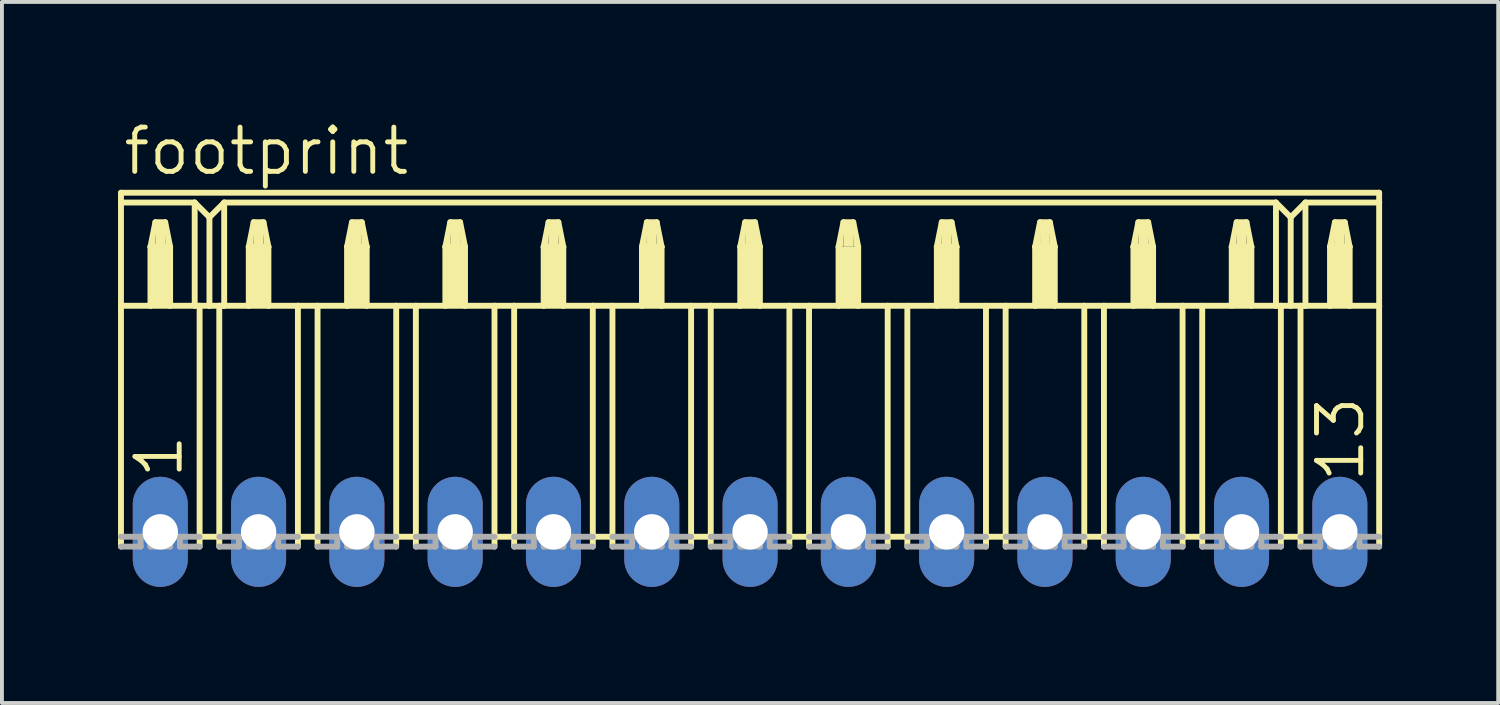
<source format=kicad_pcb>
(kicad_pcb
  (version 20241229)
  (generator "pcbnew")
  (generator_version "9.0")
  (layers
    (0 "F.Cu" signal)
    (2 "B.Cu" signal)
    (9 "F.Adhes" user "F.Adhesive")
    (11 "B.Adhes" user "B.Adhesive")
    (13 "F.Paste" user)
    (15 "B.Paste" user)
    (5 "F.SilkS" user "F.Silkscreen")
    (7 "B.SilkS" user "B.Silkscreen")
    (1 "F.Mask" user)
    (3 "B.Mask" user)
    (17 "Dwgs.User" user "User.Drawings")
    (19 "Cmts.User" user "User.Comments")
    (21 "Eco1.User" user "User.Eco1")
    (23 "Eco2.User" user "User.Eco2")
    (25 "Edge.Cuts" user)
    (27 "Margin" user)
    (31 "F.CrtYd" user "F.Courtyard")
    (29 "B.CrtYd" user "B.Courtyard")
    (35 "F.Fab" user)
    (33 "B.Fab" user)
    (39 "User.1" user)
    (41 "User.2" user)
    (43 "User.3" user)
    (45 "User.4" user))
  (footprint "footprint"
    (layer "F.Cu")
    (at 16.332 10.693)
    (property "Reference" "footprint" (at -16.256 -9.169 0) (layer "F.SilkS") (effects (font (size 1.143 1.143) (thickness 0.127)) (justify left bottom)))
    (fp_line (start -16.256 -8.763) (end -16.256 -8.509) (stroke (width 0.152) (type solid)) (layer "F.SilkS"))
    (fp_line (start -16.256 -8.763) (end 16.256 -8.763) (stroke (width 0.152) (type solid)) (layer "F.SilkS"))
    (fp_line (start -16.256 -8.509) (end -16.256 -5.842) (stroke (width 0.152) (type solid)) (layer "F.SilkS"))
    (fp_line (start -16.256 -8.509) (end -14.351 -8.509) (stroke (width 0.152) (type solid)) (layer "F.SilkS"))
    (fp_line (start -16.256 -5.842) (end -16.256 0.381) (stroke (width 0.152) (type solid)) (layer "F.SilkS"))
    (fp_line (start -16.256 -5.842) (end -15.494 -5.842) (stroke (width 0.152) (type solid)) (layer "F.SilkS"))
    (fp_line (start -15.494 -7.366) (end -15.494 -5.842) (stroke (width 0.152) (type solid)) (layer "F.SilkS"))
    (fp_line (start -15.494 -7.366) (end -15.367 -8.001) (stroke (width 0.152) (type solid)) (layer "F.SilkS"))
    (fp_line (start -15.494 -5.842) (end -14.986 -5.842) (stroke (width 0.152) (type solid)) (layer "F.SilkS"))
    (fp_line (start -15.367 -8.001) (end -15.113 -8.001) (stroke (width 0.152) (type solid)) (layer "F.SilkS"))
    (fp_line (start -15.113 -8.001) (end -14.986 -7.366) (stroke (width 0.152) (type solid)) (layer "F.SilkS"))
    (fp_line (start -14.986 -7.366) (end -15.494 -7.366) (stroke (width 0.152) (type solid)) (layer "F.SilkS"))
    (fp_line (start -14.986 -7.366) (end -14.986 -5.842) (stroke (width 0.152) (type solid)) (layer "F.SilkS"))
    (fp_line (start -14.986 -5.842) (end -14.351 -5.842) (stroke (width 0.152) (type solid)) (layer "F.SilkS"))
    (fp_line (start -14.351 -8.509) (end -14.351 -5.842) (stroke (width 0.152) (type solid)) (layer "F.SilkS"))
    (fp_line (start -14.351 -8.509) (end -13.97 -8.128) (stroke (width 0.152) (type solid)) (layer "F.SilkS"))
    (fp_line (start -14.351 -5.842) (end -14.224 -5.842) (stroke (width 0.152) (type solid)) (layer "F.SilkS"))
    (fp_line (start -14.224 -5.842) (end -14.224 0.127) (stroke (width 0.152) (type solid)) (layer "F.SilkS"))
    (fp_line (start -14.224 -5.842) (end -13.97 -5.842) (stroke (width 0.152) (type solid)) (layer "F.SilkS"))
    (fp_line (start -14.224 0.127) (end -14.224 0.381) (stroke (width 0.152) (type solid)) (layer "F.SilkS"))
    (fp_line (start -13.97 -8.128) (end -13.97 -5.842) (stroke (width 0.152) (type solid)) (layer "F.SilkS"))
    (fp_line (start -13.97 -8.128) (end -13.589 -8.509) (stroke (width 0.152) (type solid)) (layer "F.SilkS"))
    (fp_line (start -13.97 -5.842) (end -13.716 -5.842) (stroke (width 0.152) (type solid)) (layer "F.SilkS"))
    (fp_line (start -13.716 -5.842) (end -13.716 0.127) (stroke (width 0.152) (type solid)) (layer "F.SilkS"))
    (fp_line (start -13.716 -5.842) (end -13.589 -5.842) (stroke (width 0.152) (type solid)) (layer "F.SilkS"))
    (fp_line (start -13.716 0.127) (end -14.224 0.127) (stroke (width 0.152) (type solid)) (layer "F.SilkS"))
    (fp_line (start -13.716 0.127) (end -13.716 0.381) (stroke (width 0.152) (type solid)) (layer "F.SilkS"))
    (fp_line (start -13.589 -8.509) (end -13.589 -5.842) (stroke (width 0.152) (type solid)) (layer "F.SilkS"))
    (fp_line (start -13.589 -8.509) (end 13.589 -8.509) (stroke (width 0.152) (type solid)) (layer "F.SilkS"))
    (fp_line (start -13.589 -5.842) (end -12.954 -5.842) (stroke (width 0.152) (type solid)) (layer "F.SilkS"))
    (fp_line (start -12.954 -7.366) (end -12.954 -5.842) (stroke (width 0.152) (type solid)) (layer "F.SilkS"))
    (fp_line (start -12.954 -7.366) (end -12.827 -8.001) (stroke (width 0.152) (type solid)) (layer "F.SilkS"))
    (fp_line (start -12.954 -5.842) (end -12.446 -5.842) (stroke (width 0.152) (type solid)) (layer "F.SilkS"))
    (fp_line (start -12.827 -8.001) (end -12.573 -8.001) (stroke (width 0.152) (type solid)) (layer "F.SilkS"))
    (fp_line (start -12.573 -8.001) (end -12.446 -7.366) (stroke (width 0.152) (type solid)) (layer "F.SilkS"))
    (fp_line (start -12.446 -7.366) (end -12.954 -7.366) (stroke (width 0.152) (type solid)) (layer "F.SilkS"))
    (fp_line (start -12.446 -7.366) (end -12.446 -5.842) (stroke (width 0.152) (type solid)) (layer "F.SilkS"))
    (fp_line (start -12.446 -5.842) (end -11.684 -5.842) (stroke (width 0.152) (type solid)) (layer "F.SilkS"))
    (fp_line (start -11.684 -5.842) (end -11.684 0.127) (stroke (width 0.152) (type solid)) (layer "F.SilkS"))
    (fp_line (start -11.684 -5.842) (end -11.176 -5.842) (stroke (width 0.152) (type solid)) (layer "F.SilkS"))
    (fp_line (start -11.684 0.127) (end -11.684 0.381) (stroke (width 0.152) (type solid)) (layer "F.SilkS"))
    (fp_line (start -11.176 -5.842) (end -11.176 0.127) (stroke (width 0.152) (type solid)) (layer "F.SilkS"))
    (fp_line (start -11.176 -5.842) (end -10.414 -5.842) (stroke (width 0.152) (type solid)) (layer "F.SilkS"))
    (fp_line (start -11.176 0.127) (end -11.684 0.127) (stroke (width 0.152) (type solid)) (layer "F.SilkS"))
    (fp_line (start -11.176 0.127) (end -11.176 0.381) (stroke (width 0.152) (type solid)) (layer "F.SilkS"))
    (fp_line (start -10.414 -7.366) (end -10.414 -5.842) (stroke (width 0.152) (type solid)) (layer "F.SilkS"))
    (fp_line (start -10.414 -7.366) (end -10.287 -8.001) (stroke (width 0.152) (type solid)) (layer "F.SilkS"))
    (fp_line (start -10.414 -5.842) (end -9.906 -5.842) (stroke (width 0.152) (type solid)) (layer "F.SilkS"))
    (fp_line (start -10.287 -8.001) (end -10.033 -8.001) (stroke (width 0.152) (type solid)) (layer "F.SilkS"))
    (fp_line (start -10.033 -8.001) (end -9.906 -7.366) (stroke (width 0.152) (type solid)) (layer "F.SilkS"))
    (fp_line (start -9.906 -7.366) (end -10.414 -7.366) (stroke (width 0.152) (type solid)) (layer "F.SilkS"))
    (fp_line (start -9.906 -7.366) (end -9.906 -5.842) (stroke (width 0.152) (type solid)) (layer "F.SilkS"))
    (fp_line (start -9.906 -5.842) (end -9.144 -5.842) (stroke (width 0.152) (type solid)) (layer "F.SilkS"))
    (fp_line (start -9.144 -5.842) (end -9.144 0.127) (stroke (width 0.152) (type solid)) (layer "F.SilkS"))
    (fp_line (start -9.144 -5.842) (end -8.636 -5.842) (stroke (width 0.152) (type solid)) (layer "F.SilkS"))
    (fp_line (start -9.144 0.127) (end -9.144 0.381) (stroke (width 0.152) (type solid)) (layer "F.SilkS"))
    (fp_line (start -8.636 -5.842) (end -8.636 0.127) (stroke (width 0.152) (type solid)) (layer "F.SilkS"))
    (fp_line (start -8.636 -5.842) (end -7.874 -5.842) (stroke (width 0.152) (type solid)) (layer "F.SilkS"))
    (fp_line (start -8.636 0.127) (end -9.144 0.127) (stroke (width 0.152) (type solid)) (layer "F.SilkS"))
    (fp_line (start -8.636 0.127) (end -8.636 0.381) (stroke (width 0.152) (type solid)) (layer "F.SilkS"))
    (fp_line (start -7.874 -7.366) (end -7.874 -5.842) (stroke (width 0.152) (type solid)) (layer "F.SilkS"))
    (fp_line (start -7.874 -7.366) (end -7.747 -8.001) (stroke (width 0.152) (type solid)) (layer "F.SilkS"))
    (fp_line (start -7.874 -5.842) (end -7.366 -5.842) (stroke (width 0.152) (type solid)) (layer "F.SilkS"))
    (fp_line (start -7.747 -8.001) (end -7.493 -8.001) (stroke (width 0.152) (type solid)) (layer "F.SilkS"))
    (fp_line (start -7.493 -8.001) (end -7.366 -7.366) (stroke (width 0.152) (type solid)) (layer "F.SilkS"))
    (fp_line (start -7.366 -7.366) (end -7.874 -7.366) (stroke (width 0.152) (type solid)) (layer "F.SilkS"))
    (fp_line (start -7.366 -7.366) (end -7.366 -5.842) (stroke (width 0.152) (type solid)) (layer "F.SilkS"))
    (fp_line (start -7.366 -5.842) (end -6.604 -5.842) (stroke (width 0.152) (type solid)) (layer "F.SilkS"))
    (fp_line (start -6.604 -5.842) (end -6.604 0.127) (stroke (width 0.152) (type solid)) (layer "F.SilkS"))
    (fp_line (start -6.604 -5.842) (end -6.096 -5.842) (stroke (width 0.152) (type solid)) (layer "F.SilkS"))
    (fp_line (start -6.604 0.127) (end -6.604 0.381) (stroke (width 0.152) (type solid)) (layer "F.SilkS"))
    (fp_line (start -6.096 -5.842) (end -6.096 0.127) (stroke (width 0.152) (type solid)) (layer "F.SilkS"))
    (fp_line (start -6.096 -5.842) (end -5.334 -5.842) (stroke (width 0.152) (type solid)) (layer "F.SilkS"))
    (fp_line (start -6.096 0.127) (end -6.604 0.127) (stroke (width 0.152) (type solid)) (layer "F.SilkS"))
    (fp_line (start -6.096 0.127) (end -6.096 0.381) (stroke (width 0.152) (type solid)) (layer "F.SilkS"))
    (fp_line (start -5.334 -7.366) (end -5.334 -5.842) (stroke (width 0.152) (type solid)) (layer "F.SilkS"))
    (fp_line (start -5.334 -7.366) (end -5.207 -8.001) (stroke (width 0.152) (type solid)) (layer "F.SilkS"))
    (fp_line (start -5.334 -5.842) (end -4.826 -5.842) (stroke (width 0.152) (type solid)) (layer "F.SilkS"))
    (fp_line (start -5.207 -8.001) (end -4.953 -8.001) (stroke (width 0.152) (type solid)) (layer "F.SilkS"))
    (fp_line (start -4.953 -8.001) (end -4.826 -7.366) (stroke (width 0.152) (type solid)) (layer "F.SilkS"))
    (fp_line (start -4.826 -7.366) (end -5.334 -7.366) (stroke (width 0.152) (type solid)) (layer "F.SilkS"))
    (fp_line (start -4.826 -7.366) (end -4.826 -5.842) (stroke (width 0.152) (type solid)) (layer "F.SilkS"))
    (fp_line (start -4.826 -5.842) (end -4.064 -5.842) (stroke (width 0.152) (type solid)) (layer "F.SilkS"))
    (fp_line (start -4.064 -5.842) (end -4.064 0.127) (stroke (width 0.152) (type solid)) (layer "F.SilkS"))
    (fp_line (start -4.064 -5.842) (end -3.556 -5.842) (stroke (width 0.152) (type solid)) (layer "F.SilkS"))
    (fp_line (start -4.064 0.127) (end -4.064 0.381) (stroke (width 0.152) (type solid)) (layer "F.SilkS"))
    (fp_line (start -3.556 -5.842) (end -3.556 0.127) (stroke (width 0.152) (type solid)) (layer "F.SilkS"))
    (fp_line (start -3.556 -5.842) (end -2.794 -5.842) (stroke (width 0.152) (type solid)) (layer "F.SilkS"))
    (fp_line (start -3.556 0.127) (end -4.064 0.127) (stroke (width 0.152) (type solid)) (layer "F.SilkS"))
    (fp_line (start -3.556 0.127) (end -3.556 0.381) (stroke (width 0.152) (type solid)) (layer "F.SilkS"))
    (fp_line (start -2.794 -7.366) (end -2.794 -5.842) (stroke (width 0.152) (type solid)) (layer "F.SilkS"))
    (fp_line (start -2.794 -7.366) (end -2.667 -8.001) (stroke (width 0.152) (type solid)) (layer "F.SilkS"))
    (fp_line (start -2.794 -5.842) (end -2.286 -5.842) (stroke (width 0.152) (type solid)) (layer "F.SilkS"))
    (fp_line (start -2.667 -8.001) (end -2.413 -8.001) (stroke (width 0.152) (type solid)) (layer "F.SilkS"))
    (fp_line (start -2.413 -8.001) (end -2.286 -7.366) (stroke (width 0.152) (type solid)) (layer "F.SilkS"))
    (fp_line (start -2.286 -7.366) (end -2.794 -7.366) (stroke (width 0.152) (type solid)) (layer "F.SilkS"))
    (fp_line (start -2.286 -7.366) (end -2.286 -5.842) (stroke (width 0.152) (type solid)) (layer "F.SilkS"))
    (fp_line (start -2.286 -5.842) (end -1.524 -5.842) (stroke (width 0.152) (type solid)) (layer "F.SilkS"))
    (fp_line (start -1.524 -5.842) (end -1.524 0.127) (stroke (width 0.152) (type solid)) (layer "F.SilkS"))
    (fp_line (start -1.524 -5.842) (end -1.016 -5.842) (stroke (width 0.152) (type solid)) (layer "F.SilkS"))
    (fp_line (start -1.524 0.127) (end -1.524 0.381) (stroke (width 0.152) (type solid)) (layer "F.SilkS"))
    (fp_line (start -1.016 -5.842) (end -1.016 0.127) (stroke (width 0.152) (type solid)) (layer "F.SilkS"))
    (fp_line (start -1.016 -5.842) (end -0.254 -5.842) (stroke (width 0.152) (type solid)) (layer "F.SilkS"))
    (fp_line (start -1.016 0.127) (end -1.524 0.127) (stroke (width 0.152) (type solid)) (layer "F.SilkS"))
    (fp_line (start -1.016 0.127) (end -1.016 0.381) (stroke (width 0.152) (type solid)) (layer "F.SilkS"))
    (fp_line (start -0.254 -7.366) (end -0.254 -5.842) (stroke (width 0.152) (type solid)) (layer "F.SilkS"))
    (fp_line (start -0.254 -7.366) (end -0.127 -8.001) (stroke (width 0.152) (type solid)) (layer "F.SilkS"))
    (fp_line (start -0.254 -5.842) (end 0.254 -5.842) (stroke (width 0.152) (type solid)) (layer "F.SilkS"))
    (fp_line (start -0.127 -8.001) (end 0.127 -8.001) (stroke (width 0.152) (type solid)) (layer "F.SilkS"))
    (fp_line (start 0.127 -8.001) (end 0.254 -7.366) (stroke (width 0.152) (type solid)) (layer "F.SilkS"))
    (fp_line (start 0.254 -7.366) (end -0.254 -7.366) (stroke (width 0.152) (type solid)) (layer "F.SilkS"))
    (fp_line (start 0.254 -7.366) (end 0.254 -5.842) (stroke (width 0.152) (type solid)) (layer "F.SilkS"))
    (fp_line (start 0.254 -5.842) (end 1.016 -5.842) (stroke (width 0.152) (type solid)) (layer "F.SilkS"))
    (fp_line (start 1.016 -5.842) (end 1.016 0.127) (stroke (width 0.152) (type solid)) (layer "F.SilkS"))
    (fp_line (start 1.016 -5.842) (end 1.524 -5.842) (stroke (width 0.152) (type solid)) (layer "F.SilkS"))
    (fp_line (start 1.016 0.127) (end 1.016 0.381) (stroke (width 0.152) (type solid)) (layer "F.SilkS"))
    (fp_line (start 1.524 -5.842) (end 1.524 0.127) (stroke (width 0.152) (type solid)) (layer "F.SilkS"))
    (fp_line (start 1.524 -5.842) (end 2.286 -5.842) (stroke (width 0.152) (type solid)) (layer "F.SilkS"))
    (fp_line (start 1.524 0.127) (end 1.016 0.127) (stroke (width 0.152) (type solid)) (layer "F.SilkS"))
    (fp_line (start 1.524 0.127) (end 1.524 0.381) (stroke (width 0.152) (type solid)) (layer "F.SilkS"))
    (fp_line (start 2.286 -7.366) (end 2.286 -5.842) (stroke (width 0.152) (type solid)) (layer "F.SilkS"))
    (fp_line (start 2.286 -7.366) (end 2.413 -8.001) (stroke (width 0.152) (type solid)) (layer "F.SilkS"))
    (fp_line (start 2.286 -5.842) (end 2.794 -5.842) (stroke (width 0.152) (type solid)) (layer "F.SilkS"))
    (fp_line (start 2.413 -8.001) (end 2.667 -8.001) (stroke (width 0.152) (type solid)) (layer "F.SilkS"))
    (fp_line (start 2.667 -8.001) (end 2.794 -7.366) (stroke (width 0.152) (type solid)) (layer "F.SilkS"))
    (fp_line (start 2.794 -7.366) (end 2.794 -5.842) (stroke (width 0.152) (type solid)) (layer "F.SilkS"))
    (fp_line (start 2.794 -5.842) (end 3.556 -5.842) (stroke (width 0.152) (type solid)) (layer "F.SilkS"))
    (fp_line (start 3.556 -5.842) (end 3.556 0.127) (stroke (width 0.152) (type solid)) (layer "F.SilkS"))
    (fp_line (start 3.556 -5.842) (end 6.604 -5.842) (stroke (width 0.152) (type solid)) (layer "F.SilkS"))
    (fp_line (start 3.556 0.127) (end 3.556 0.381) (stroke (width 0.152) (type solid)) (layer "F.SilkS"))
    (fp_line (start 4.064 -5.842) (end 4.064 0.127) (stroke (width 0.152) (type solid)) (layer "F.SilkS"))
    (fp_line (start 4.064 0.127) (end 3.556 0.127) (stroke (width 0.152) (type solid)) (layer "F.SilkS"))
    (fp_line (start 4.064 0.127) (end 4.064 0.381) (stroke (width 0.152) (type solid)) (layer "F.SilkS"))
    (fp_line (start 4.826 -7.366) (end 4.826 -5.842) (stroke (width 0.152) (type solid)) (layer "F.SilkS"))
    (fp_line (start 4.826 -7.366) (end 4.953 -8.001) (stroke (width 0.152) (type solid)) (layer "F.SilkS"))
    (fp_line (start 4.953 -8.001) (end 5.207 -8.001) (stroke (width 0.152) (type solid)) (layer "F.SilkS"))
    (fp_line (start 5.207 -8.001) (end 5.334 -7.366) (stroke (width 0.152) (type solid)) (layer "F.SilkS"))
    (fp_line (start 5.334 -7.366) (end 4.826 -7.366) (stroke (width 0.152) (type solid)) (layer "F.SilkS"))
    (fp_line (start 5.334 -7.366) (end 5.334 -5.842) (stroke (width 0.152) (type solid)) (layer "F.SilkS"))
    (fp_line (start 6.096 -5.842) (end 6.096 0.127) (stroke (width 0.152) (type solid)) (layer "F.SilkS"))
    (fp_line (start 6.096 0.127) (end 6.096 0.381) (stroke (width 0.152) (type solid)) (layer "F.SilkS"))
    (fp_line (start 6.604 -5.842) (end 6.604 0.127) (stroke (width 0.152) (type solid)) (layer "F.SilkS"))
    (fp_line (start 6.604 -5.842) (end 7.366 -5.842) (stroke (width 0.152) (type solid)) (layer "F.SilkS"))
    (fp_line (start 6.604 0.127) (end 6.096 0.127) (stroke (width 0.152) (type solid)) (layer "F.SilkS"))
    (fp_line (start 6.604 0.127) (end 6.604 0.381) (stroke (width 0.152) (type solid)) (layer "F.SilkS"))
    (fp_line (start 7.366 -7.366) (end 7.366 -5.842) (stroke (width 0.152) (type solid)) (layer "F.SilkS"))
    (fp_line (start 7.366 -7.366) (end 7.493 -8.001) (stroke (width 0.152) (type solid)) (layer "F.SilkS"))
    (fp_line (start 7.366 -5.842) (end 7.874 -5.842) (stroke (width 0.152) (type solid)) (layer "F.SilkS"))
    (fp_line (start 7.493 -8.001) (end 7.747 -8.001) (stroke (width 0.152) (type solid)) (layer "F.SilkS"))
    (fp_line (start 7.747 -8.001) (end 7.874 -7.366) (stroke (width 0.152) (type solid)) (layer "F.SilkS"))
    (fp_line (start 7.874 -7.366) (end 7.366 -7.366) (stroke (width 0.152) (type solid)) (layer "F.SilkS"))
    (fp_line (start 7.874 -7.366) (end 7.874 -5.842) (stroke (width 0.152) (type solid)) (layer "F.SilkS"))
    (fp_line (start 7.874 -5.842) (end 8.636 -5.842) (stroke (width 0.152) (type solid)) (layer "F.SilkS"))
    (fp_line (start 8.636 -5.842) (end 8.636 0.127) (stroke (width 0.152) (type solid)) (layer "F.SilkS"))
    (fp_line (start 8.636 -5.842) (end 9.144 -5.842) (stroke (width 0.152) (type solid)) (layer "F.SilkS"))
    (fp_line (start 8.636 0.127) (end 8.636 0.381) (stroke (width 0.152) (type solid)) (layer "F.SilkS"))
    (fp_line (start 9.144 -5.842) (end 9.144 0.127) (stroke (width 0.152) (type solid)) (layer "F.SilkS"))
    (fp_line (start 9.144 -5.842) (end 9.906 -5.842) (stroke (width 0.152) (type solid)) (layer "F.SilkS"))
    (fp_line (start 9.144 0.127) (end 8.636 0.127) (stroke (width 0.152) (type solid)) (layer "F.SilkS"))
    (fp_line (start 9.144 0.127) (end 9.144 0.381) (stroke (width 0.152) (type solid)) (layer "F.SilkS"))
    (fp_line (start 9.906 -7.366) (end 9.906 -5.842) (stroke (width 0.152) (type solid)) (layer "F.SilkS"))
    (fp_line (start 9.906 -7.366) (end 10.033 -8.001) (stroke (width 0.152) (type solid)) (layer "F.SilkS"))
    (fp_line (start 9.906 -5.842) (end 10.414 -5.842) (stroke (width 0.152) (type solid)) (layer "F.SilkS"))
    (fp_line (start 10.033 -8.001) (end 10.287 -8.001) (stroke (width 0.152) (type solid)) (layer "F.SilkS"))
    (fp_line (start 10.287 -8.001) (end 10.414 -7.366) (stroke (width 0.152) (type solid)) (layer "F.SilkS"))
    (fp_line (start 10.414 -7.366) (end 9.906 -7.366) (stroke (width 0.152) (type solid)) (layer "F.SilkS"))
    (fp_line (start 10.414 -7.366) (end 10.414 -5.842) (stroke (width 0.152) (type solid)) (layer "F.SilkS"))
    (fp_line (start 10.414 -5.842) (end 11.176 -5.842) (stroke (width 0.152) (type solid)) (layer "F.SilkS"))
    (fp_line (start 11.176 -5.842) (end 11.176 0.127) (stroke (width 0.152) (type solid)) (layer "F.SilkS"))
    (fp_line (start 11.176 -5.842) (end 13.589 -5.842) (stroke (width 0.152) (type solid)) (layer "F.SilkS"))
    (fp_line (start 11.176 0.127) (end 11.176 0.381) (stroke (width 0.152) (type solid)) (layer "F.SilkS"))
    (fp_line (start 11.684 -5.842) (end 11.684 0.127) (stroke (width 0.152) (type solid)) (layer "F.SilkS"))
    (fp_line (start 11.684 0.127) (end 11.176 0.127) (stroke (width 0.152) (type solid)) (layer "F.SilkS"))
    (fp_line (start 11.684 0.127) (end 11.684 0.381) (stroke (width 0.152) (type solid)) (layer "F.SilkS"))
    (fp_line (start 12.446 -7.366) (end 12.446 -5.842) (stroke (width 0.152) (type solid)) (layer "F.SilkS"))
    (fp_line (start 12.446 -7.366) (end 12.573 -8.001) (stroke (width 0.152) (type solid)) (layer "F.SilkS"))
    (fp_line (start 12.573 -8.001) (end 12.827 -8.001) (stroke (width 0.152) (type solid)) (layer "F.SilkS"))
    (fp_line (start 12.827 -8.001) (end 12.954 -7.366) (stroke (width 0.152) (type solid)) (layer "F.SilkS"))
    (fp_line (start 12.954 -7.366) (end 12.446 -7.366) (stroke (width 0.152) (type solid)) (layer "F.SilkS"))
    (fp_line (start 12.954 -7.366) (end 12.954 -5.842) (stroke (width 0.152) (type solid)) (layer "F.SilkS"))
    (fp_line (start 13.589 -8.509) (end 13.589 -5.842) (stroke (width 0.152) (type solid)) (layer "F.SilkS"))
    (fp_line (start 13.589 -8.509) (end 13.97 -8.128) (stroke (width 0.152) (type solid)) (layer "F.SilkS"))
    (fp_line (start 13.589 -5.842) (end 13.716 -5.842) (stroke (width 0.152) (type solid)) (layer "F.SilkS"))
    (fp_line (start 13.716 -5.842) (end 13.716 0.127) (stroke (width 0.152) (type solid)) (layer "F.SilkS"))
    (fp_line (start 13.716 -5.842) (end 13.97 -5.842) (stroke (width 0.152) (type solid)) (layer "F.SilkS"))
    (fp_line (start 13.716 0.127) (end 13.716 0.381) (stroke (width 0.152) (type solid)) (layer "F.SilkS"))
    (fp_line (start 13.97 -8.128) (end 13.97 -5.842) (stroke (width 0.152) (type solid)) (layer "F.SilkS"))
    (fp_line (start 13.97 -8.128) (end 14.351 -8.509) (stroke (width 0.152) (type solid)) (layer "F.SilkS"))
    (fp_line (start 13.97 -5.842) (end 14.224 -5.842) (stroke (width 0.152) (type solid)) (layer "F.SilkS"))
    (fp_line (start 14.224 -5.842) (end 14.224 0.127) (stroke (width 0.152) (type solid)) (layer "F.SilkS"))
    (fp_line (start 14.224 -5.842) (end 14.351 -5.842) (stroke (width 0.152) (type solid)) (layer "F.SilkS"))
    (fp_line (start 14.224 0.127) (end 13.716 0.127) (stroke (width 0.152) (type solid)) (layer "F.SilkS"))
    (fp_line (start 14.224 0.127) (end 14.224 0.381) (stroke (width 0.152) (type solid)) (layer "F.SilkS"))
    (fp_line (start 14.351 -8.509) (end 14.351 -5.842) (stroke (width 0.152) (type solid)) (layer "F.SilkS"))
    (fp_line (start 14.351 -8.509) (end 16.256 -8.509) (stroke (width 0.152) (type solid)) (layer "F.SilkS"))
    (fp_line (start 14.351 -5.842) (end 14.986 -5.842) (stroke (width 0.152) (type solid)) (layer "F.SilkS"))
    (fp_line (start 14.986 -7.366) (end 14.986 -5.842) (stroke (width 0.152) (type solid)) (layer "F.SilkS"))
    (fp_line (start 14.986 -7.366) (end 15.113 -8.001) (stroke (width 0.152) (type solid)) (layer "F.SilkS"))
    (fp_line (start 14.986 -5.842) (end 15.494 -5.842) (stroke (width 0.152) (type solid)) (layer "F.SilkS"))
    (fp_line (start 15.113 -8.001) (end 15.367 -8.001) (stroke (width 0.152) (type solid)) (layer "F.SilkS"))
    (fp_line (start 15.367 -8.001) (end 15.494 -7.366) (stroke (width 0.152) (type solid)) (layer "F.SilkS"))
    (fp_line (start 15.494 -7.366) (end 14.986 -7.366) (stroke (width 0.152) (type solid)) (layer "F.SilkS"))
    (fp_line (start 15.494 -7.366) (end 15.494 -5.842) (stroke (width 0.152) (type solid)) (layer "F.SilkS"))
    (fp_line (start 15.494 -5.842) (end 16.256 -5.842) (stroke (width 0.152) (type solid)) (layer "F.SilkS"))
    (fp_line (start 16.256 -8.509) (end 16.256 -8.763) (stroke (width 0.152) (type solid)) (layer "F.SilkS"))
    (fp_line (start 16.256 -5.842) (end 16.256 -8.509) (stroke (width 0.152) (type solid)) (layer "F.SilkS"))
    (fp_line (start 16.256 -5.842) (end 16.256 0.381) (stroke (width 0.152) (type solid)) (layer "F.SilkS"))
    (fp_poly (pts (xy -15.494 -7.366) (xy -15.367 -7.366) (xy -15.367 -7.62) (xy -15.494 -7.62)) (stroke (width 0) (type solid)) (fill yes) (layer "F.SilkS"))
    (fp_poly (pts (xy -15.494 -5.842) (xy -14.986 -5.842) (xy -14.986 -7.366) (xy -15.494 -7.366)) (stroke (width 0) (type solid)) (fill yes) (layer "F.SilkS"))
    (fp_poly (pts (xy -15.367 -7.366) (xy -15.113 -7.366) (xy -15.113 -8.001) (xy -15.367 -8.001)) (stroke (width 0) (type solid)) (fill yes) (layer "F.SilkS"))
    (fp_poly (pts (xy -15.113 -7.366) (xy -14.986 -7.366) (xy -14.986 -7.62) (xy -15.113 -7.62)) (stroke (width 0) (type solid)) (fill yes) (layer "F.SilkS"))
    (fp_poly (pts (xy -12.954 -7.366) (xy -12.827 -7.366) (xy -12.827 -7.62) (xy -12.954 -7.62)) (stroke (width 0) (type solid)) (fill yes) (layer "F.SilkS"))
    (fp_poly (pts (xy -12.954 -5.842) (xy -12.446 -5.842) (xy -12.446 -7.366) (xy -12.954 -7.366)) (stroke (width 0) (type solid)) (fill yes) (layer "F.SilkS"))
    (fp_poly (pts (xy -12.827 -7.366) (xy -12.573 -7.366) (xy -12.573 -8.001) (xy -12.827 -8.001)) (stroke (width 0) (type solid)) (fill yes) (layer "F.SilkS"))
    (fp_poly (pts (xy -12.573 -7.366) (xy -12.446 -7.366) (xy -12.446 -7.62) (xy -12.573 -7.62)) (stroke (width 0) (type solid)) (fill yes) (layer "F.SilkS"))
    (fp_poly (pts (xy -10.414 -7.366) (xy -10.287 -7.366) (xy -10.287 -7.62) (xy -10.414 -7.62)) (stroke (width 0) (type solid)) (fill yes) (layer "F.SilkS"))
    (fp_poly (pts (xy -10.414 -5.842) (xy -9.906 -5.842) (xy -9.906 -7.366) (xy -10.414 -7.366)) (stroke (width 0) (type solid)) (fill yes) (layer "F.SilkS"))
    (fp_poly (pts (xy -10.287 -7.366) (xy -10.033 -7.366) (xy -10.033 -8.001) (xy -10.287 -8.001)) (stroke (width 0) (type solid)) (fill yes) (layer "F.SilkS"))
    (fp_poly (pts (xy -10.033 -7.366) (xy -9.906 -7.366) (xy -9.906 -7.62) (xy -10.033 -7.62)) (stroke (width 0) (type solid)) (fill yes) (layer "F.SilkS"))
    (fp_poly (pts (xy -7.874 -7.366) (xy -7.747 -7.366) (xy -7.747 -7.62) (xy -7.874 -7.62)) (stroke (width 0) (type solid)) (fill yes) (layer "F.SilkS"))
    (fp_poly (pts (xy -7.874 -5.842) (xy -7.366 -5.842) (xy -7.366 -7.366) (xy -7.874 -7.366)) (stroke (width 0) (type solid)) (fill yes) (layer "F.SilkS"))
    (fp_poly (pts (xy -7.747 -7.366) (xy -7.493 -7.366) (xy -7.493 -8.001) (xy -7.747 -8.001)) (stroke (width 0) (type solid)) (fill yes) (layer "F.SilkS"))
    (fp_poly (pts (xy -7.493 -7.366) (xy -7.366 -7.366) (xy -7.366 -7.62) (xy -7.493 -7.62)) (stroke (width 0) (type solid)) (fill yes) (layer "F.SilkS"))
    (fp_poly (pts (xy -5.334 -7.366) (xy -5.207 -7.366) (xy -5.207 -7.62) (xy -5.334 -7.62)) (stroke (width 0) (type solid)) (fill yes) (layer "F.SilkS"))
    (fp_poly (pts (xy -5.334 -5.842) (xy -4.826 -5.842) (xy -4.826 -7.366) (xy -5.334 -7.366)) (stroke (width 0) (type solid)) (fill yes) (layer "F.SilkS"))
    (fp_poly (pts (xy -5.207 -7.366) (xy -4.953 -7.366) (xy -4.953 -8.001) (xy -5.207 -8.001)) (stroke (width 0) (type solid)) (fill yes) (layer "F.SilkS"))
    (fp_poly (pts (xy -4.953 -7.366) (xy -4.826 -7.366) (xy -4.826 -7.62) (xy -4.953 -7.62)) (stroke (width 0) (type solid)) (fill yes) (layer "F.SilkS"))
    (fp_poly (pts (xy -2.794 -7.366) (xy -2.667 -7.366) (xy -2.667 -7.62) (xy -2.794 -7.62)) (stroke (width 0) (type solid)) (fill yes) (layer "F.SilkS"))
    (fp_poly (pts (xy -2.794 -5.842) (xy -2.286 -5.842) (xy -2.286 -7.366) (xy -2.794 -7.366)) (stroke (width 0) (type solid)) (fill yes) (layer "F.SilkS"))
    (fp_poly (pts (xy -2.667 -7.366) (xy -2.413 -7.366) (xy -2.413 -8.001) (xy -2.667 -8.001)) (stroke (width 0) (type solid)) (fill yes) (layer "F.SilkS"))
    (fp_poly (pts (xy -2.413 -7.366) (xy -2.286 -7.366) (xy -2.286 -7.62) (xy -2.413 -7.62)) (stroke (width 0) (type solid)) (fill yes) (layer "F.SilkS"))
    (fp_poly (pts (xy -0.254 -7.366) (xy -0.127 -7.366) (xy -0.127 -7.62) (xy -0.254 -7.62)) (stroke (width 0) (type solid)) (fill yes) (layer "F.SilkS"))
    (fp_poly (pts (xy -0.254 -5.842) (xy 0.254 -5.842) (xy 0.254 -7.366) (xy -0.254 -7.366)) (stroke (width 0) (type solid)) (fill yes) (layer "F.SilkS"))
    (fp_poly (pts (xy -0.127 -7.366) (xy 0.127 -7.366) (xy 0.127 -8.001) (xy -0.127 -8.001)) (stroke (width 0) (type solid)) (fill yes) (layer "F.SilkS"))
    (fp_poly (pts (xy 0.127 -7.366) (xy 0.254 -7.366) (xy 0.254 -7.62) (xy 0.127 -7.62)) (stroke (width 0) (type solid)) (fill yes) (layer "F.SilkS"))
    (fp_poly (pts (xy 2.286 -7.366) (xy 2.413 -7.366) (xy 2.413 -7.62) (xy 2.286 -7.62)) (stroke (width 0) (type solid)) (fill yes) (layer "F.SilkS"))
    (fp_poly (pts (xy 2.286 -5.842) (xy 2.794 -5.842) (xy 2.794 -7.366) (xy 2.286 -7.366)) (stroke (width 0) (type solid)) (fill yes) (layer "F.SilkS"))
    (fp_poly (pts (xy 2.413 -7.366) (xy 2.667 -7.366) (xy 2.667 -8.001) (xy 2.413 -8.001)) (stroke (width 0) (type solid)) (fill yes) (layer "F.SilkS"))
    (fp_poly (pts (xy 2.667 -7.366) (xy 2.794 -7.366) (xy 2.794 -7.62) (xy 2.667 -7.62)) (stroke (width 0) (type solid)) (fill yes) (layer "F.SilkS"))
    (fp_poly (pts (xy 4.826 -7.366) (xy 4.953 -7.366) (xy 4.953 -7.62) (xy 4.826 -7.62)) (stroke (width 0) (type solid)) (fill yes) (layer "F.SilkS"))
    (fp_poly (pts (xy 4.826 -5.842) (xy 5.334 -5.842) (xy 5.334 -7.366) (xy 4.826 -7.366)) (stroke (width 0) (type solid)) (fill yes) (layer "F.SilkS"))
    (fp_poly (pts (xy 4.953 -7.366) (xy 5.207 -7.366) (xy 5.207 -8.001) (xy 4.953 -8.001)) (stroke (width 0) (type solid)) (fill yes) (layer "F.SilkS"))
    (fp_poly (pts (xy 5.207 -7.366) (xy 5.334 -7.366) (xy 5.334 -7.62) (xy 5.207 -7.62)) (stroke (width 0) (type solid)) (fill yes) (layer "F.SilkS"))
    (fp_poly (pts (xy 7.366 -7.366) (xy 7.493 -7.366) (xy 7.493 -7.62) (xy 7.366 -7.62)) (stroke (width 0) (type solid)) (fill yes) (layer "F.SilkS"))
    (fp_poly (pts (xy 7.366 -5.842) (xy 7.874 -5.842) (xy 7.874 -7.366) (xy 7.366 -7.366)) (stroke (width 0) (type solid)) (fill yes) (layer "F.SilkS"))
    (fp_poly (pts (xy 7.493 -7.366) (xy 7.747 -7.366) (xy 7.747 -8.001) (xy 7.493 -8.001)) (stroke (width 0) (type solid)) (fill yes) (layer "F.SilkS"))
    (fp_poly (pts (xy 7.747 -7.366) (xy 7.874 -7.366) (xy 7.874 -7.62) (xy 7.747 -7.62)) (stroke (width 0) (type solid)) (fill yes) (layer "F.SilkS"))
    (fp_poly (pts (xy 9.906 -7.366) (xy 10.033 -7.366) (xy 10.033 -7.62) (xy 9.906 -7.62)) (stroke (width 0) (type solid)) (fill yes) (layer "F.SilkS"))
    (fp_poly (pts (xy 9.906 -5.842) (xy 10.414 -5.842) (xy 10.414 -7.366) (xy 9.906 -7.366)) (stroke (width 0) (type solid)) (fill yes) (layer "F.SilkS"))
    (fp_poly (pts (xy 10.033 -7.366) (xy 10.287 -7.366) (xy 10.287 -8.001) (xy 10.033 -8.001)) (stroke (width 0) (type solid)) (fill yes) (layer "F.SilkS"))
    (fp_poly (pts (xy 10.287 -7.366) (xy 10.414 -7.366) (xy 10.414 -7.62) (xy 10.287 -7.62)) (stroke (width 0) (type solid)) (fill yes) (layer "F.SilkS"))
    (fp_poly (pts (xy 12.446 -7.366) (xy 12.573 -7.366) (xy 12.573 -7.62) (xy 12.446 -7.62)) (stroke (width 0) (type solid)) (fill yes) (layer "F.SilkS"))
    (fp_poly (pts (xy 12.446 -5.842) (xy 12.954 -5.842) (xy 12.954 -7.366) (xy 12.446 -7.366)) (stroke (width 0) (type solid)) (fill yes) (layer "F.SilkS"))
    (fp_poly (pts (xy 12.573 -7.366) (xy 12.827 -7.366) (xy 12.827 -8.001) (xy 12.573 -8.001)) (stroke (width 0) (type solid)) (fill yes) (layer "F.SilkS"))
    (fp_poly (pts (xy 12.827 -7.366) (xy 12.954 -7.366) (xy 12.954 -7.62) (xy 12.827 -7.62)) (stroke (width 0) (type solid)) (fill yes) (layer "F.SilkS"))
    (fp_poly (pts (xy 14.986 -7.366) (xy 15.113 -7.366) (xy 15.113 -7.62) (xy 14.986 -7.62)) (stroke (width 0) (type solid)) (fill yes) (layer "F.SilkS"))
    (fp_poly (pts (xy 14.986 -5.842) (xy 15.494 -5.842) (xy 15.494 -7.366) (xy 14.986 -7.366)) (stroke (width 0) (type solid)) (fill yes) (layer "F.SilkS"))
    (fp_poly (pts (xy 15.113 -7.366) (xy 15.367 -7.366) (xy 15.367 -8.001) (xy 15.113 -8.001)) (stroke (width 0) (type solid)) (fill yes) (layer "F.SilkS"))
    (fp_poly (pts (xy 15.367 -7.366) (xy 15.494 -7.366) (xy 15.494 -7.62) (xy 15.367 -7.62)) (stroke (width 0) (type solid)) (fill yes) (layer "F.SilkS"))
    (fp_line (start -16.256 0.127) (end -15.748 0.127) (stroke (width 0.152) (type solid)) (layer "F.Fab"))
    (fp_line (start -15.748 0.381) (end -16.256 0.381) (stroke (width 0.152) (type solid)) (layer "F.Fab"))
    (fp_line (start -15.748 0.381) (end -15.748 0.127) (stroke (width 0.152) (type solid)) (layer "F.Fab"))
    (fp_line (start -15.494 0.127) (end -15.748 0.127) (stroke (width 0.152) (type solid)) (layer "F.Fab"))
    (fp_line (start -15.494 0.381) (end -15.494 0.127) (stroke (width 0.152) (type solid)) (layer "F.Fab"))
    (fp_line (start -14.986 0.381) (end -15.494 0.381) (stroke (width 0.152) (type solid)) (layer "F.Fab"))
    (fp_line (start -14.986 0.381) (end -14.986 0.127) (stroke (width 0.152) (type solid)) (layer "F.Fab"))
    (fp_line (start -14.732 0.127) (end -14.986 0.127) (stroke (width 0.152) (type solid)) (layer "F.Fab"))
    (fp_line (start -14.732 0.381) (end -14.732 0.127) (stroke (width 0.152) (type solid)) (layer "F.Fab"))
    (fp_line (start -14.224 0.127) (end -14.732 0.127) (stroke (width 0.152) (type solid)) (layer "F.Fab"))
    (fp_line (start -14.224 0.381) (end -14.732 0.381) (stroke (width 0.152) (type solid)) (layer "F.Fab"))
    (fp_line (start -13.716 0.127) (end -13.208 0.127) (stroke (width 0.152) (type solid)) (layer "F.Fab"))
    (fp_line (start -13.208 0.381) (end -13.716 0.381) (stroke (width 0.152) (type solid)) (layer "F.Fab"))
    (fp_line (start -13.208 0.381) (end -13.208 0.127) (stroke (width 0.152) (type solid)) (layer "F.Fab"))
    (fp_line (start -12.954 0.127) (end -13.208 0.127) (stroke (width 0.152) (type solid)) (layer "F.Fab"))
    (fp_line (start -12.954 0.381) (end -12.954 0.127) (stroke (width 0.152) (type solid)) (layer "F.Fab"))
    (fp_line (start -12.446 0.381) (end -12.954 0.381) (stroke (width 0.152) (type solid)) (layer "F.Fab"))
    (fp_line (start -12.446 0.381) (end -12.446 0.127) (stroke (width 0.152) (type solid)) (layer "F.Fab"))
    (fp_line (start -12.192 0.127) (end -12.446 0.127) (stroke (width 0.152) (type solid)) (layer "F.Fab"))
    (fp_line (start -12.192 0.381) (end -12.192 0.127) (stroke (width 0.152) (type solid)) (layer "F.Fab"))
    (fp_line (start -11.684 0.127) (end -12.192 0.127) (stroke (width 0.152) (type solid)) (layer "F.Fab"))
    (fp_line (start -11.684 0.381) (end -12.192 0.381) (stroke (width 0.152) (type solid)) (layer "F.Fab"))
    (fp_line (start -11.176 0.127) (end -10.668 0.127) (stroke (width 0.152) (type solid)) (layer "F.Fab"))
    (fp_line (start -10.668 0.381) (end -11.176 0.381) (stroke (width 0.152) (type solid)) (layer "F.Fab"))
    (fp_line (start -10.668 0.381) (end -10.668 0.127) (stroke (width 0.152) (type solid)) (layer "F.Fab"))
    (fp_line (start -10.414 0.127) (end -10.668 0.127) (stroke (width 0.152) (type solid)) (layer "F.Fab"))
    (fp_line (start -10.414 0.381) (end -10.414 0.127) (stroke (width 0.152) (type solid)) (layer "F.Fab"))
    (fp_line (start -9.906 0.381) (end -10.414 0.381) (stroke (width 0.152) (type solid)) (layer "F.Fab"))
    (fp_line (start -9.906 0.381) (end -9.906 0.127) (stroke (width 0.152) (type solid)) (layer "F.Fab"))
    (fp_line (start -9.652 0.127) (end -9.906 0.127) (stroke (width 0.152) (type solid)) (layer "F.Fab"))
    (fp_line (start -9.652 0.381) (end -9.652 0.127) (stroke (width 0.152) (type solid)) (layer "F.Fab"))
    (fp_line (start -9.144 0.127) (end -9.652 0.127) (stroke (width 0.152) (type solid)) (layer "F.Fab"))
    (fp_line (start -9.144 0.381) (end -9.652 0.381) (stroke (width 0.152) (type solid)) (layer "F.Fab"))
    (fp_line (start -8.636 0.127) (end -8.128 0.127) (stroke (width 0.152) (type solid)) (layer "F.Fab"))
    (fp_line (start -8.128 0.381) (end -8.636 0.381) (stroke (width 0.152) (type solid)) (layer "F.Fab"))
    (fp_line (start -8.128 0.381) (end -8.128 0.127) (stroke (width 0.152) (type solid)) (layer "F.Fab"))
    (fp_line (start -7.874 0.127) (end -8.128 0.127) (stroke (width 0.152) (type solid)) (layer "F.Fab"))
    (fp_line (start -7.874 0.381) (end -7.874 0.127) (stroke (width 0.152) (type solid)) (layer "F.Fab"))
    (fp_line (start -7.366 0.381) (end -7.874 0.381) (stroke (width 0.152) (type solid)) (layer "F.Fab"))
    (fp_line (start -7.366 0.381) (end -7.366 0.127) (stroke (width 0.152) (type solid)) (layer "F.Fab"))
    (fp_line (start -7.112 0.127) (end -7.366 0.127) (stroke (width 0.152) (type solid)) (layer "F.Fab"))
    (fp_line (start -7.112 0.381) (end -7.112 0.127) (stroke (width 0.152) (type solid)) (layer "F.Fab"))
    (fp_line (start -6.604 0.127) (end -7.112 0.127) (stroke (width 0.152) (type solid)) (layer "F.Fab"))
    (fp_line (start -6.604 0.381) (end -7.112 0.381) (stroke (width 0.152) (type solid)) (layer "F.Fab"))
    (fp_line (start -6.096 0.127) (end -5.588 0.127) (stroke (width 0.152) (type solid)) (layer "F.Fab"))
    (fp_line (start -5.588 0.381) (end -6.096 0.381) (stroke (width 0.152) (type solid)) (layer "F.Fab"))
    (fp_line (start -5.588 0.381) (end -5.588 0.127) (stroke (width 0.152) (type solid)) (layer "F.Fab"))
    (fp_line (start -5.334 0.127) (end -5.588 0.127) (stroke (width 0.152) (type solid)) (layer "F.Fab"))
    (fp_line (start -5.334 0.381) (end -5.334 0.127) (stroke (width 0.152) (type solid)) (layer "F.Fab"))
    (fp_line (start -4.826 0.381) (end -5.334 0.381) (stroke (width 0.152) (type solid)) (layer "F.Fab"))
    (fp_line (start -4.826 0.381) (end -4.826 0.127) (stroke (width 0.152) (type solid)) (layer "F.Fab"))
    (fp_line (start -4.572 0.127) (end -4.826 0.127) (stroke (width 0.152) (type solid)) (layer "F.Fab"))
    (fp_line (start -4.572 0.381) (end -4.572 0.127) (stroke (width 0.152) (type solid)) (layer "F.Fab"))
    (fp_line (start -4.064 0.127) (end -4.572 0.127) (stroke (width 0.152) (type solid)) (layer "F.Fab"))
    (fp_line (start -4.064 0.381) (end -4.572 0.381) (stroke (width 0.152) (type solid)) (layer "F.Fab"))
    (fp_line (start -3.556 0.127) (end -3.048 0.127) (stroke (width 0.152) (type solid)) (layer "F.Fab"))
    (fp_line (start -3.048 0.381) (end -3.556 0.381) (stroke (width 0.152) (type solid)) (layer "F.Fab"))
    (fp_line (start -3.048 0.381) (end -3.048 0.127) (stroke (width 0.152) (type solid)) (layer "F.Fab"))
    (fp_line (start -2.794 0.127) (end -3.048 0.127) (stroke (width 0.152) (type solid)) (layer "F.Fab"))
    (fp_line (start -2.794 0.381) (end -2.794 0.127) (stroke (width 0.152) (type solid)) (layer "F.Fab"))
    (fp_line (start -2.286 0.381) (end -2.794 0.381) (stroke (width 0.152) (type solid)) (layer "F.Fab"))
    (fp_line (start -2.286 0.381) (end -2.286 0.127) (stroke (width 0.152) (type solid)) (layer "F.Fab"))
    (fp_line (start -2.032 0.127) (end -2.286 0.127) (stroke (width 0.152) (type solid)) (layer "F.Fab"))
    (fp_line (start -2.032 0.381) (end -2.032 0.127) (stroke (width 0.152) (type solid)) (layer "F.Fab"))
    (fp_line (start -1.524 0.127) (end -2.032 0.127) (stroke (width 0.152) (type solid)) (layer "F.Fab"))
    (fp_line (start -1.524 0.381) (end -2.032 0.381) (stroke (width 0.152) (type solid)) (layer "F.Fab"))
    (fp_line (start -1.016 0.127) (end -0.508 0.127) (stroke (width 0.152) (type solid)) (layer "F.Fab"))
    (fp_line (start -0.508 0.381) (end -1.016 0.381) (stroke (width 0.152) (type solid)) (layer "F.Fab"))
    (fp_line (start -0.508 0.381) (end -0.508 0.127) (stroke (width 0.152) (type solid)) (layer "F.Fab"))
    (fp_line (start -0.254 0.127) (end -0.508 0.127) (stroke (width 0.152) (type solid)) (layer "F.Fab"))
    (fp_line (start -0.254 0.381) (end -0.254 0.127) (stroke (width 0.152) (type solid)) (layer "F.Fab"))
    (fp_line (start 0.254 0.381) (end -0.254 0.381) (stroke (width 0.152) (type solid)) (layer "F.Fab"))
    (fp_line (start 0.254 0.381) (end 0.254 0.127) (stroke (width 0.152) (type solid)) (layer "F.Fab"))
    (fp_line (start 0.508 0.127) (end 0.254 0.127) (stroke (width 0.152) (type solid)) (layer "F.Fab"))
    (fp_line (start 0.508 0.381) (end 0.508 0.127) (stroke (width 0.152) (type solid)) (layer "F.Fab"))
    (fp_line (start 1.016 0.127) (end 0.508 0.127) (stroke (width 0.152) (type solid)) (layer "F.Fab"))
    (fp_line (start 1.016 0.381) (end 0.508 0.381) (stroke (width 0.152) (type solid)) (layer "F.Fab"))
    (fp_line (start 1.524 0.127) (end 2.032 0.127) (stroke (width 0.152) (type solid)) (layer "F.Fab"))
    (fp_line (start 2.032 0.381) (end 1.524 0.381) (stroke (width 0.152) (type solid)) (layer "F.Fab"))
    (fp_line (start 2.032 0.381) (end 2.032 0.127) (stroke (width 0.152) (type solid)) (layer "F.Fab"))
    (fp_line (start 2.286 0.127) (end 2.032 0.127) (stroke (width 0.152) (type solid)) (layer "F.Fab"))
    (fp_line (start 2.286 0.381) (end 2.286 0.127) (stroke (width 0.152) (type solid)) (layer "F.Fab"))
    (fp_line (start 2.794 0.381) (end 2.286 0.381) (stroke (width 0.152) (type solid)) (layer "F.Fab"))
    (fp_line (start 2.794 0.381) (end 2.794 0.127) (stroke (width 0.152) (type solid)) (layer "F.Fab"))
    (fp_line (start 3.048 0.127) (end 2.794 0.127) (stroke (width 0.152) (type solid)) (layer "F.Fab"))
    (fp_line (start 3.048 0.381) (end 3.048 0.127) (stroke (width 0.152) (type solid)) (layer "F.Fab"))
    (fp_line (start 3.556 0.127) (end 3.048 0.127) (stroke (width 0.152) (type solid)) (layer "F.Fab"))
    (fp_line (start 3.556 0.381) (end 3.048 0.381) (stroke (width 0.152) (type solid)) (layer "F.Fab"))
    (fp_line (start 4.064 0.127) (end 4.572 0.127) (stroke (width 0.152) (type solid)) (layer "F.Fab"))
    (fp_line (start 4.572 0.381) (end 4.064 0.381) (stroke (width 0.152) (type solid)) (layer "F.Fab"))
    (fp_line (start 4.572 0.381) (end 4.572 0.127) (stroke (width 0.152) (type solid)) (layer "F.Fab"))
    (fp_line (start 4.826 0.127) (end 4.572 0.127) (stroke (width 0.152) (type solid)) (layer "F.Fab"))
    (fp_line (start 4.826 0.381) (end 4.826 0.127) (stroke (width 0.152) (type solid)) (layer "F.Fab"))
    (fp_line (start 5.334 0.381) (end 4.826 0.381) (stroke (width 0.152) (type solid)) (layer "F.Fab"))
    (fp_line (start 5.334 0.381) (end 5.334 0.127) (stroke (width 0.152) (type solid)) (layer "F.Fab"))
    (fp_line (start 5.588 0.127) (end 5.334 0.127) (stroke (width 0.152) (type solid)) (layer "F.Fab"))
    (fp_line (start 5.588 0.381) (end 5.588 0.127) (stroke (width 0.152) (type solid)) (layer "F.Fab"))
    (fp_line (start 6.096 0.127) (end 5.588 0.127) (stroke (width 0.152) (type solid)) (layer "F.Fab"))
    (fp_line (start 6.096 0.381) (end 5.588 0.381) (stroke (width 0.152) (type solid)) (layer "F.Fab"))
    (fp_line (start 6.604 0.127) (end 7.112 0.127) (stroke (width 0.152) (type solid)) (layer "F.Fab"))
    (fp_line (start 7.112 0.381) (end 6.604 0.381) (stroke (width 0.152) (type solid)) (layer "F.Fab"))
    (fp_line (start 7.112 0.381) (end 7.112 0.127) (stroke (width 0.152) (type solid)) (layer "F.Fab"))
    (fp_line (start 7.366 0.127) (end 7.112 0.127) (stroke (width 0.152) (type solid)) (layer "F.Fab"))
    (fp_line (start 7.366 0.381) (end 7.366 0.127) (stroke (width 0.152) (type solid)) (layer "F.Fab"))
    (fp_line (start 7.874 0.381) (end 7.366 0.381) (stroke (width 0.152) (type solid)) (layer "F.Fab"))
    (fp_line (start 7.874 0.381) (end 7.874 0.127) (stroke (width 0.152) (type solid)) (layer "F.Fab"))
    (fp_line (start 8.128 0.127) (end 7.874 0.127) (stroke (width 0.152) (type solid)) (layer "F.Fab"))
    (fp_line (start 8.128 0.381) (end 8.128 0.127) (stroke (width 0.152) (type solid)) (layer "F.Fab"))
    (fp_line (start 8.636 0.127) (end 8.128 0.127) (stroke (width 0.152) (type solid)) (layer "F.Fab"))
    (fp_line (start 8.636 0.381) (end 8.128 0.381) (stroke (width 0.152) (type solid)) (layer "F.Fab"))
    (fp_line (start 9.144 0.127) (end 9.652 0.127) (stroke (width 0.152) (type solid)) (layer "F.Fab"))
    (fp_line (start 9.652 0.381) (end 9.144 0.381) (stroke (width 0.152) (type solid)) (layer "F.Fab"))
    (fp_line (start 9.652 0.381) (end 9.652 0.127) (stroke (width 0.152) (type solid)) (layer "F.Fab"))
    (fp_line (start 9.906 0.127) (end 9.652 0.127) (stroke (width 0.152) (type solid)) (layer "F.Fab"))
    (fp_line (start 9.906 0.381) (end 9.906 0.127) (stroke (width 0.152) (type solid)) (layer "F.Fab"))
    (fp_line (start 10.414 0.381) (end 9.906 0.381) (stroke (width 0.152) (type solid)) (layer "F.Fab"))
    (fp_line (start 10.414 0.381) (end 10.414 0.127) (stroke (width 0.152) (type solid)) (layer "F.Fab"))
    (fp_line (start 10.668 0.127) (end 10.414 0.127) (stroke (width 0.152) (type solid)) (layer "F.Fab"))
    (fp_line (start 10.668 0.381) (end 10.668 0.127) (stroke (width 0.152) (type solid)) (layer "F.Fab"))
    (fp_line (start 11.176 0.127) (end 10.668 0.127) (stroke (width 0.152) (type solid)) (layer "F.Fab"))
    (fp_line (start 11.176 0.381) (end 10.668 0.381) (stroke (width 0.152) (type solid)) (layer "F.Fab"))
    (fp_line (start 11.684 0.127) (end 12.192 0.127) (stroke (width 0.152) (type solid)) (layer "F.Fab"))
    (fp_line (start 12.192 0.381) (end 11.684 0.381) (stroke (width 0.152) (type solid)) (layer "F.Fab"))
    (fp_line (start 12.192 0.381) (end 12.192 0.127) (stroke (width 0.152) (type solid)) (layer "F.Fab"))
    (fp_line (start 12.446 0.127) (end 12.192 0.127) (stroke (width 0.152) (type solid)) (layer "F.Fab"))
    (fp_line (start 12.446 0.381) (end 12.446 0.127) (stroke (width 0.152) (type solid)) (layer "F.Fab"))
    (fp_line (start 12.954 0.381) (end 12.446 0.381) (stroke (width 0.152) (type solid)) (layer "F.Fab"))
    (fp_line (start 12.954 0.381) (end 12.954 0.127) (stroke (width 0.152) (type solid)) (layer "F.Fab"))
    (fp_line (start 13.208 0.127) (end 12.954 0.127) (stroke (width 0.152) (type solid)) (layer "F.Fab"))
    (fp_line (start 13.208 0.381) (end 13.208 0.127) (stroke (width 0.152) (type solid)) (layer "F.Fab"))
    (fp_line (start 13.716 0.127) (end 13.208 0.127) (stroke (width 0.152) (type solid)) (layer "F.Fab"))
    (fp_line (start 13.716 0.381) (end 13.208 0.381) (stroke (width 0.152) (type solid)) (layer "F.Fab"))
    (fp_line (start 14.224 0.127) (end 14.732 0.127) (stroke (width 0.152) (type solid)) (layer "F.Fab"))
    (fp_line (start 14.732 0.381) (end 14.224 0.381) (stroke (width 0.152) (type solid)) (layer "F.Fab"))
    (fp_line (start 14.732 0.381) (end 14.732 0.127) (stroke (width 0.152) (type solid)) (layer "F.Fab"))
    (fp_line (start 14.986 0.127) (end 14.732 0.127) (stroke (width 0.152) (type solid)) (layer "F.Fab"))
    (fp_line (start 14.986 0.381) (end 14.986 0.127) (stroke (width 0.152) (type solid)) (layer "F.Fab"))
    (fp_line (start 15.494 0.381) (end 14.986 0.381) (stroke (width 0.152) (type solid)) (layer "F.Fab"))
    (fp_line (start 15.494 0.381) (end 15.494 0.127) (stroke (width 0.152) (type solid)) (layer "F.Fab"))
    (fp_line (start 15.748 0.127) (end 15.494 0.127) (stroke (width 0.152) (type solid)) (layer "F.Fab"))
    (fp_line (start 15.748 0.381) (end 15.748 0.127) (stroke (width 0.152) (type solid)) (layer "F.Fab"))
    (fp_line (start 16.256 0.127) (end 15.748 0.127) (stroke (width 0.152) (type solid)) (layer "F.Fab"))
    (fp_line (start 16.256 0.381) (end 15.748 0.381) (stroke (width 0.152) (type solid)) (layer "F.Fab"))
    (fp_text user "1" (at -14.605 -1.321 90) (layer "F.SilkS") (effects (font (size 1.143 1.143) (thickness 0.127)) (justify left bottom)))
    (fp_text user "13" (at 15.926 -1.219 90) (layer "F.SilkS") (effects (font (size 1.143 1.143) (thickness 0.127)) (justify left bottom)))
    (pad "1" thru_hole oval (at -15.24 0 90) (size 2.845 1.422) (drill 0.914) (layers "*.Cu" "*.Mask"))
    (pad "2" thru_hole oval (at -12.7 0 90) (size 2.845 1.422) (drill 0.914) (layers "*.Cu" "*.Mask"))
    (pad "3" thru_hole oval (at -10.16 0 90) (size 2.845 1.422) (drill 0.914) (layers "*.Cu" "*.Mask"))
    (pad "4" thru_hole oval (at -7.62 0 90) (size 2.845 1.422) (drill 0.914) (layers "*.Cu" "*.Mask"))
    (pad "5" thru_hole oval (at -5.08 0 90) (size 2.845 1.422) (drill 0.914) (layers "*.Cu" "*.Mask"))
    (pad "6" thru_hole oval (at -2.54 0 90) (size 2.845 1.422) (drill 0.914) (layers "*.Cu" "*.Mask"))
    (pad "7" thru_hole oval (at 0 0 90) (size 2.845 1.422) (drill 0.914) (layers "*.Cu" "*.Mask"))
    (pad "8" thru_hole oval (at 2.54 0 90) (size 2.845 1.422) (drill 0.914) (layers "*.Cu" "*.Mask"))
    (pad "9" thru_hole oval (at 5.08 0 90) (size 2.845 1.422) (drill 0.914) (layers "*.Cu" "*.Mask"))
    (pad "10" thru_hole oval (at 7.62 0 90) (size 2.845 1.422) (drill 0.914) (layers "*.Cu" "*.Mask"))
    (pad "11" thru_hole oval (at 10.16 0 90) (size 2.845 1.422) (drill 0.914) (layers "*.Cu" "*.Mask"))
    (pad "12" thru_hole oval (at 12.7 0 90) (size 2.845 1.422) (drill 0.914) (layers "*.Cu" "*.Mask"))
    (pad "13" thru_hole oval (at 15.24 0 90) (size 2.845 1.422) (drill 0.914) (layers "*.Cu" "*.Mask")))
  (gr_rect
    (start -3 -3)
    (end 35.664 15.116)
    (stroke (width 0.1) (type default))
    (fill no)
    (layer "Edge.Cuts")))
</source>
